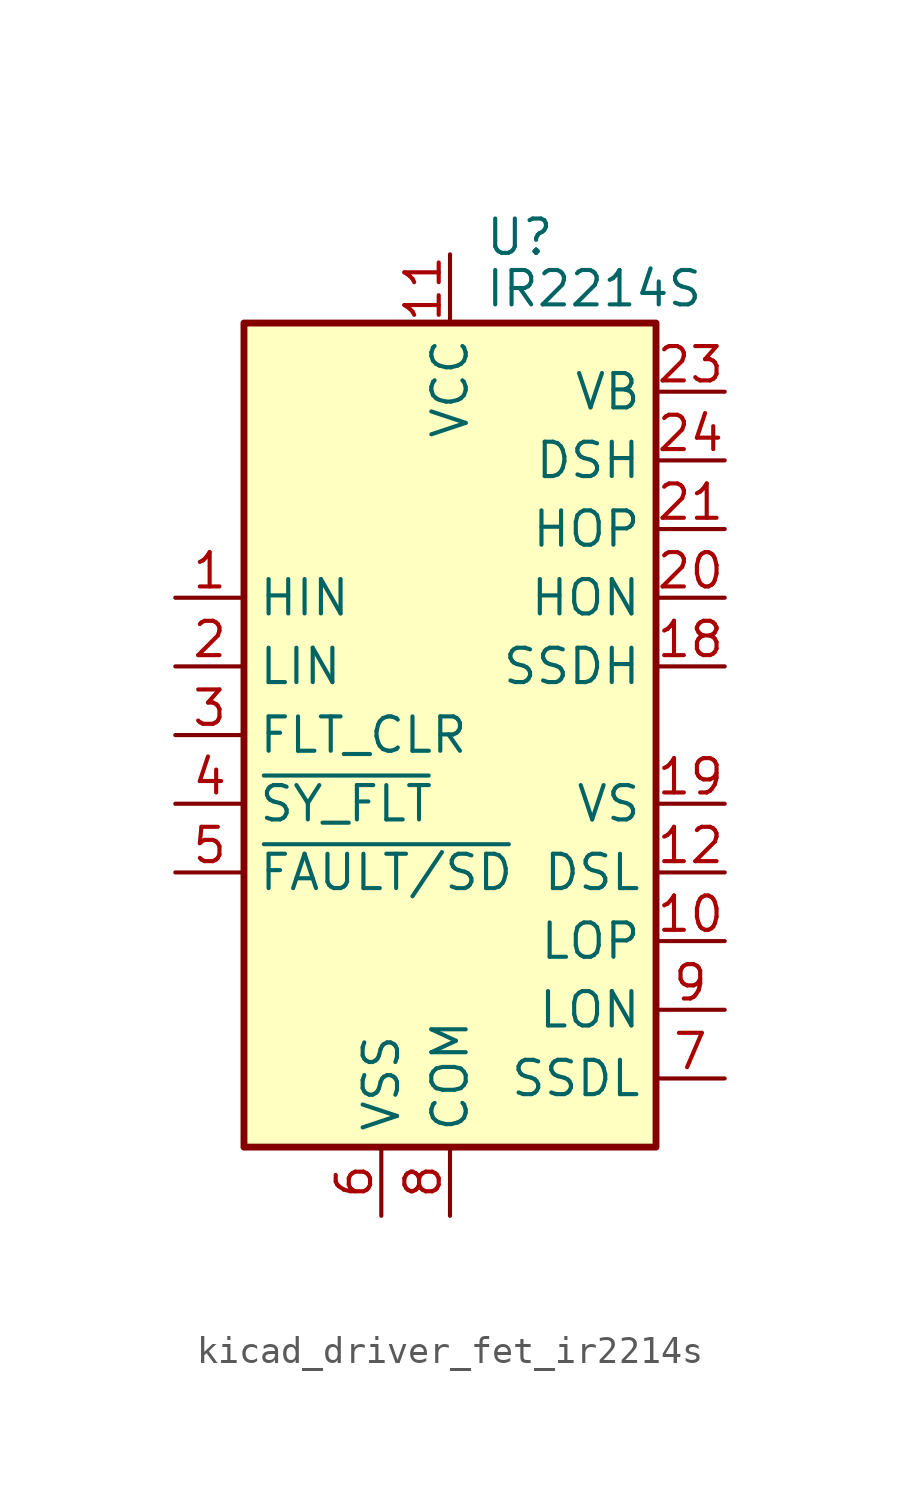
<source format=kicad_sym>
(kicad_symbol_lib
  (version 20220914)
  (generator kicad_symbol_editor)
  (symbol "kicad_driver_fet_ir2214s"
    (property "Reference" "U"
      (at 1.27 18.415 0)
      (effects (font (size 1.27 1.27)) (justify left)))
    (property "Value" "IR2214S"
      (at 1.27 16.51 0)
      (effects (font (size 1.27 1.27)) (justify left)))
    (symbol "kicad_driver_fet_ir2214s_0_1"
      (rectangle (start -7.62 -15.24) (end 7.62 15.24) (stroke (width 0.254) (type default)) (fill (type background))))
    (symbol "kicad_driver_fet_ir2214s_1_1"
      (pin input line (at -10.16 5.08 0) (length 2.54) (name "HIN" (effects (font (size 1.27 1.27)))) (number "1" (effects (font (size 1.27 1.27)))))
      (pin output line (at 10.16 -7.62 180) (length 2.54) (name "LOP" (effects (font (size 1.27 1.27)))) (number "10" (effects (font (size 1.27 1.27)))))
      (pin power_in line (at 0 17.78 270) (length 2.54) (name "VCC" (effects (font (size 1.27 1.27)))) (number "11" (effects (font (size 1.27 1.27)))))
      (pin input line (at 10.16 -5.08 180) (length 2.54) (name "DSL" (effects (font (size 1.27 1.27)))) (number "12" (effects (font (size 1.27 1.27)))))
      (pin no_connect line (at -7.62 12.7 0) (length 2.54) hide (name "NC" (effects (font (size 1.27 1.27)))) (number "13" (effects (font (size 1.27 1.27)))))
      (pin no_connect line (at -7.62 10.16 0) (length 2.54) hide (name "NC" (effects (font (size 1.27 1.27)))) (number "14" (effects (font (size 1.27 1.27)))))
      (pin no_connect line (at -7.62 7.62 0) (length 2.54) hide (name "NC" (effects (font (size 1.27 1.27)))) (number "15" (effects (font (size 1.27 1.27)))))
      (pin no_connect line (at -7.62 -7.62 0) (length 2.54) hide (name "NC" (effects (font (size 1.27 1.27)))) (number "16" (effects (font (size 1.27 1.27)))))
      (pin no_connect line (at -7.62 -10.16 0) (length 2.54) hide (name "NC" (effects (font (size 1.27 1.27)))) (number "17" (effects (font (size 1.27 1.27)))))
      (pin input line (at 10.16 2.54 180) (length 2.54) (name "SSDH" (effects (font (size 1.27 1.27)))) (number "18" (effects (font (size 1.27 1.27)))))
      (pin passive line (at 10.16 -2.54 180) (length 2.54) (name "VS" (effects (font (size 1.27 1.27)))) (number "19" (effects (font (size 1.27 1.27)))))
      (pin input line (at -10.16 2.54 0) (length 2.54) (name "LIN" (effects (font (size 1.27 1.27)))) (number "2" (effects (font (size 1.27 1.27)))))
      (pin output line (at 10.16 5.08 180) (length 2.54) (name "HON" (effects (font (size 1.27 1.27)))) (number "20" (effects (font (size 1.27 1.27)))))
      (pin output line (at 10.16 7.62 180) (length 2.54) (name "HOP" (effects (font (size 1.27 1.27)))) (number "21" (effects (font (size 1.27 1.27)))))
      (pin no_connect line (at -7.62 -12.7 0) (length 2.54) hide (name "NC" (effects (font (size 1.27 1.27)))) (number "22" (effects (font (size 1.27 1.27)))))
      (pin passive line (at 10.16 12.7 180) (length 2.54) (name "VB" (effects (font (size 1.27 1.27)))) (number "23" (effects (font (size 1.27 1.27)))))
      (pin input line (at 10.16 10.16 180) (length 2.54) (name "DSH" (effects (font (size 1.27 1.27)))) (number "24" (effects (font (size 1.27 1.27)))))
      (pin input line (at -10.16 0 0) (length 2.54) (name "FLT_CLR" (effects (font (size 1.27 1.27)))) (number "3" (effects (font (size 1.27 1.27)))))
      (pin bidirectional line (at -10.16 -2.54 0) (length 2.54) (name "~{SY_FLT}" (effects (font (size 1.27 1.27)))) (number "4" (effects (font (size 1.27 1.27)))))
      (pin bidirectional line (at -10.16 -5.08 0) (length 2.54) (name "~{FAULT/SD}" (effects (font (size 1.27 1.27)))) (number "5" (effects (font (size 1.27 1.27)))))
      (pin power_in line (at -2.54 -17.78 90) (length 2.54) (name "VSS" (effects (font (size 1.27 1.27)))) (number "6" (effects (font (size 1.27 1.27)))))
      (pin input line (at 10.16 -12.7 180) (length 2.54) (name "SSDL" (effects (font (size 1.27 1.27)))) (number "7" (effects (font (size 1.27 1.27)))))
      (pin power_in line (at 0 -17.78 90) (length 2.54) (name "COM" (effects (font (size 1.27 1.27)))) (number "8" (effects (font (size 1.27 1.27)))))
      (pin output line (at 10.16 -10.16 180) (length 2.54) (name "LON" (effects (font (size 1.27 1.27)))) (number "9" (effects (font (size 1.27 1.27))))))))
</source>
